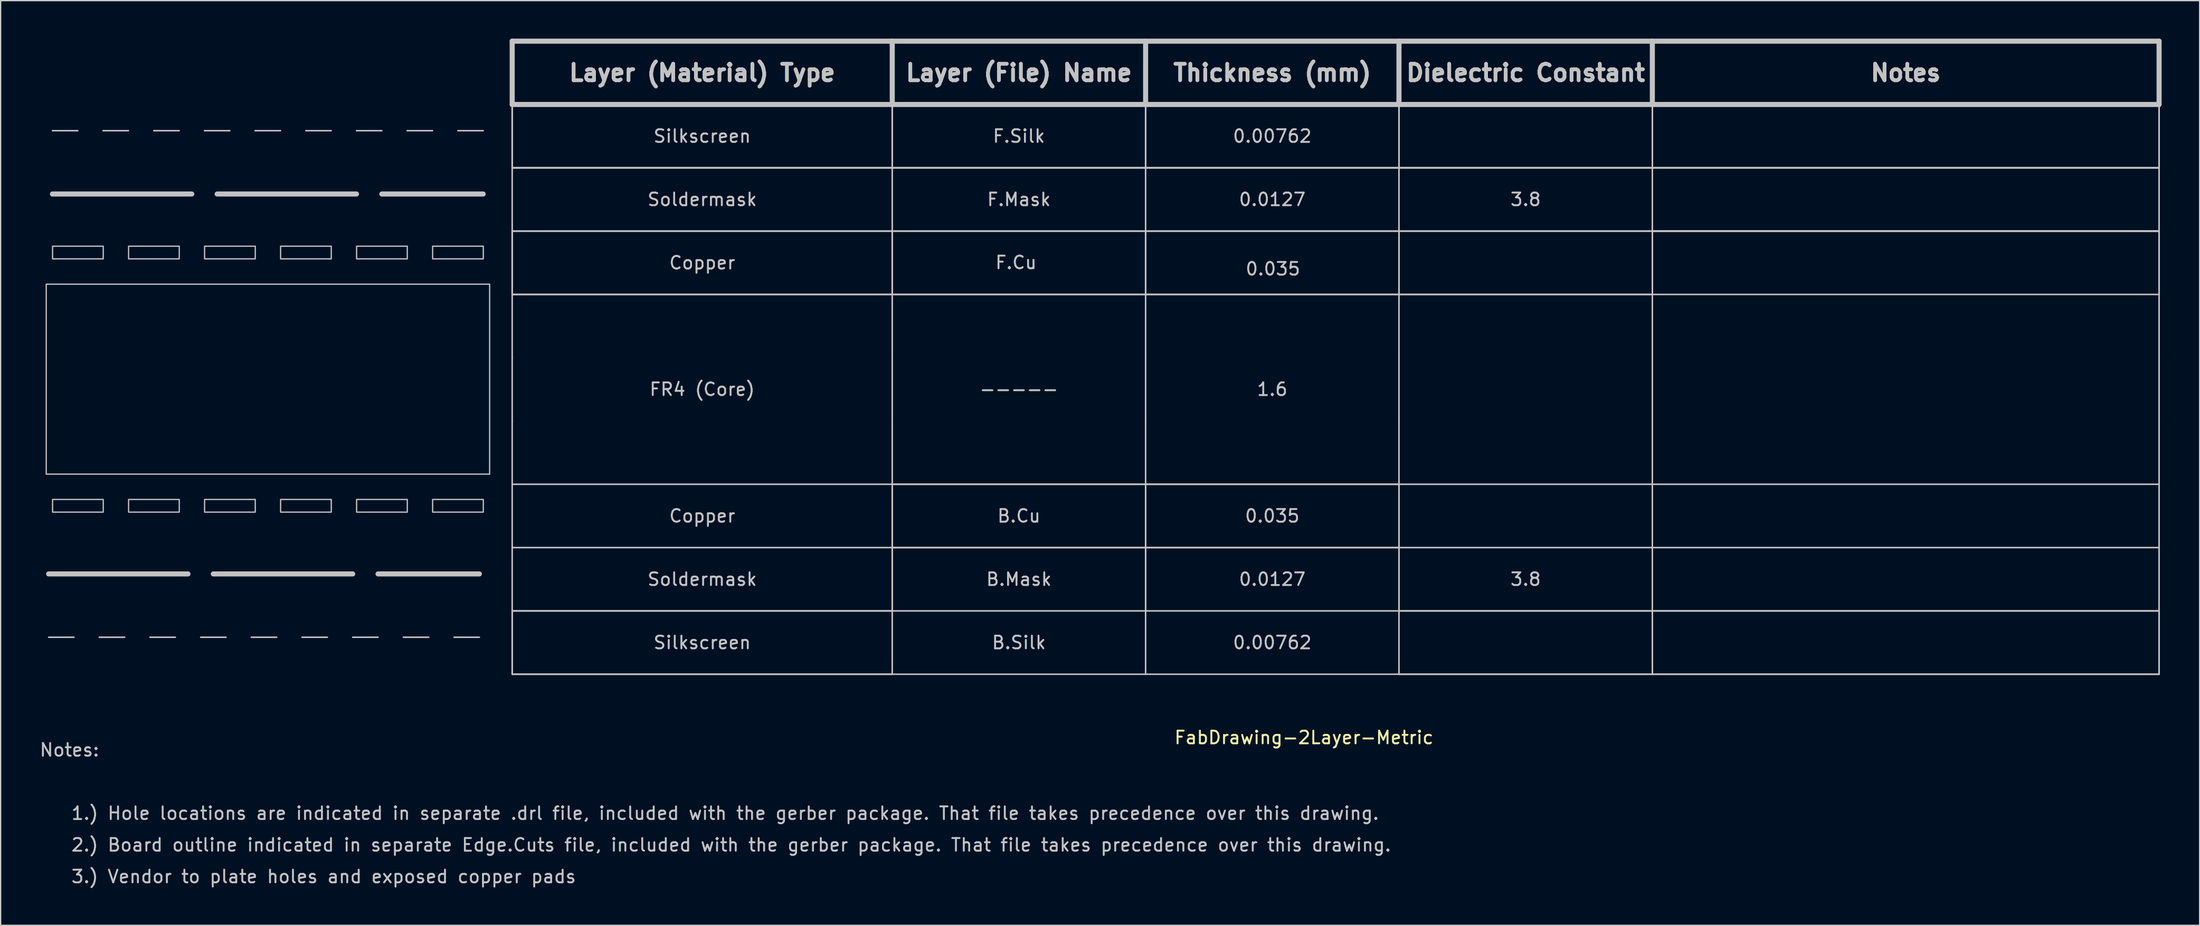
<source format=kicad_pcb>
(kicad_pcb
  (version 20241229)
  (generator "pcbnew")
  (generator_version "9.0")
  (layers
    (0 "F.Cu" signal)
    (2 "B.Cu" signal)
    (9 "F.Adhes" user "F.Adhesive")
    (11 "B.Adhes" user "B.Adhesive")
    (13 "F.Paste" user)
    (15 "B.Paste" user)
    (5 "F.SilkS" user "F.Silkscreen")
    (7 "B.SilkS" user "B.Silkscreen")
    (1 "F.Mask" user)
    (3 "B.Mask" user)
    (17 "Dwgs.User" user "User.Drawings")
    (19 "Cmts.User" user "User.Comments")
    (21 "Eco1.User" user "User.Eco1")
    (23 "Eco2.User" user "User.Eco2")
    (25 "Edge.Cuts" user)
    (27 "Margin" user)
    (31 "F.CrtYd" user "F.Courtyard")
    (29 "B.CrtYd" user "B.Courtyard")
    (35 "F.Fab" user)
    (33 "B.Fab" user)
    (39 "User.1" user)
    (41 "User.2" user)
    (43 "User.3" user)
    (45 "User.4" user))
  (footprint "FabDrawing-2Layer-Metric"
    (layer "F.Cu")
    (at 37.38 5.2)
    (property "Reference" "FabDrawing-2Layer-Metric" (at 62.5 49.99 0) (layer "F.SilkS") (effects (font (size 1 1) (thickness 0.15))))
    (attr through_hole)
    (fp_line (start -36.59 37.07) (end -25.59 37.07) (stroke (width 0.4) (type solid)) (layer "Dwgs.User"))
    (fp_line (start -36.29 7.07) (end -25.29 7.07) (stroke (width 0.4) (type solid)) (layer "Dwgs.User"))
    (fp_line (start -34.59 42.07) (end -36.59 42.07) (stroke (width 0.12) (type solid)) (layer "Dwgs.User"))
    (fp_line (start -34.29 2.07) (end -36.29 2.07) (stroke (width 0.12) (type solid)) (layer "Dwgs.User"))
    (fp_line (start -30.59 42.07) (end -32.59 42.07) (stroke (width 0.12) (type solid)) (layer "Dwgs.User"))
    (fp_line (start -30.29 2.07) (end -32.29 2.07) (stroke (width 0.12) (type solid)) (layer "Dwgs.User"))
    (fp_line (start -26.59 42.07) (end -28.59 42.07) (stroke (width 0.12) (type solid)) (layer "Dwgs.User"))
    (fp_line (start -26.29 2.07) (end -28.29 2.07) (stroke (width 0.12) (type solid)) (layer "Dwgs.User"))
    (fp_line (start -23.59 37.07) (end -12.59 37.07) (stroke (width 0.4) (type solid)) (layer "Dwgs.User"))
    (fp_line (start -23.29 7.07) (end -12.29 7.07) (stroke (width 0.4) (type solid)) (layer "Dwgs.User"))
    (fp_line (start -22.59 42.07) (end -24.59 42.07) (stroke (width 0.12) (type solid)) (layer "Dwgs.User"))
    (fp_line (start -22.29 2.07) (end -24.29 2.07) (stroke (width 0.12) (type solid)) (layer "Dwgs.User"))
    (fp_line (start -18.59 42.07) (end -20.59 42.07) (stroke (width 0.12) (type solid)) (layer "Dwgs.User"))
    (fp_line (start -18.29 2.07) (end -20.29 2.07) (stroke (width 0.12) (type solid)) (layer "Dwgs.User"))
    (fp_line (start -14.59 42.07) (end -16.59 42.07) (stroke (width 0.12) (type solid)) (layer "Dwgs.User"))
    (fp_line (start -14.29 2.07) (end -16.29 2.07) (stroke (width 0.12) (type solid)) (layer "Dwgs.User"))
    (fp_line (start -10.59 37.07) (end -2.59 37.07) (stroke (width 0.4) (type solid)) (layer "Dwgs.User"))
    (fp_line (start -10.59 42.07) (end -12.59 42.07) (stroke (width 0.12) (type solid)) (layer "Dwgs.User"))
    (fp_line (start -10.29 2.07) (end -12.29 2.07) (stroke (width 0.12) (type solid)) (layer "Dwgs.User"))
    (fp_line (start -10.29 7.07) (end -2.29 7.07) (stroke (width 0.4) (type solid)) (layer "Dwgs.User"))
    (fp_line (start -6.59 42.07) (end -8.59 42.07) (stroke (width 0.12) (type solid)) (layer "Dwgs.User"))
    (fp_line (start -6.29 2.07) (end -8.29 2.07) (stroke (width 0.12) (type solid)) (layer "Dwgs.User"))
    (fp_line (start -2.59 42.07) (end -4.59 42.07) (stroke (width 0.12) (type solid)) (layer "Dwgs.User"))
    (fp_line (start -2.29 2.07) (end -4.29 2.07) (stroke (width 0.12) (type solid)) (layer "Dwgs.User"))
    (fp_line (start 0 -5) (end 30 -5) (stroke (width 0.4) (type solid)) (layer "Dwgs.User"))
    (fp_line (start 0 0) (end 0 -5) (stroke (width 0.4) (type solid)) (layer "Dwgs.User"))
    (fp_line (start 0 0) (end 0 5) (stroke (width 0.12) (type solid)) (layer "Dwgs.User"))
    (fp_line (start 0 0) (end 0 5) (stroke (width 0.12) (type solid)) (layer "Dwgs.User"))
    (fp_line (start 0 0) (end 0 5) (stroke (width 0.12) (type solid)) (layer "Dwgs.User"))
    (fp_line (start 0 0) (end 30 0) (stroke (width 0.12) (type solid)) (layer "Dwgs.User"))
    (fp_line (start 0 0) (end 30 0) (stroke (width 0.12) (type solid)) (layer "Dwgs.User"))
    (fp_line (start 0 0) (end 30 0) (stroke (width 0.12) (type solid)) (layer "Dwgs.User"))
    (fp_line (start 0 5) (end 0 10) (stroke (width 0.12) (type solid)) (layer "Dwgs.User"))
    (fp_line (start 0 5) (end 30 5) (stroke (width 0.12) (type solid)) (layer "Dwgs.User"))
    (fp_line (start 0 5) (end 30 5) (stroke (width 0.12) (type solid)) (layer "Dwgs.User"))
    (fp_line (start 0 5) (end 30 5) (stroke (width 0.12) (type solid)) (layer "Dwgs.User"))
    (fp_line (start 0 10) (end 0 15) (stroke (width 0.12) (type solid)) (layer "Dwgs.User"))
    (fp_line (start 0 10) (end 0 15) (stroke (width 0.12) (type solid)) (layer "Dwgs.User"))
    (fp_line (start 0 10) (end 0 15) (stroke (width 0.12) (type solid)) (layer "Dwgs.User"))
    (fp_line (start 0 10) (end 30 10) (stroke (width 0.12) (type solid)) (layer "Dwgs.User"))
    (fp_line (start 0 10) (end 30 10) (stroke (width 0.12) (type solid)) (layer "Dwgs.User"))
    (fp_line (start 0 14.99) (end 0 19.99) (stroke (width 0.12) (type solid)) (layer "Dwgs.User"))
    (fp_line (start 0 15) (end 30 15) (stroke (width 0.12) (type solid)) (layer "Dwgs.User"))
    (fp_line (start 0 15) (end 30 15) (stroke (width 0.12) (type solid)) (layer "Dwgs.User"))
    (fp_line (start 0 19.99) (end 0 24.99) (stroke (width 0.12) (type solid)) (layer "Dwgs.User"))
    (fp_line (start 0 24.99) (end 0 29.99) (stroke (width 0.12) (type solid)) (layer "Dwgs.User"))
    (fp_line (start 0 29.99) (end 0 34.99) (stroke (width 0.12) (type solid)) (layer "Dwgs.User"))
    (fp_line (start 0 29.99) (end 30 29.99) (stroke (width 0.12) (type solid)) (layer "Dwgs.User"))
    (fp_line (start 0 34.99) (end 0 39.99) (stroke (width 0.12) (type solid)) (layer "Dwgs.User"))
    (fp_line (start 0 34.99) (end 30 34.99) (stroke (width 0.12) (type solid)) (layer "Dwgs.User"))
    (fp_line (start 0 39.99) (end 0 44.99) (stroke (width 0.12) (type solid)) (layer "Dwgs.User"))
    (fp_line (start 0 39.99) (end 0 44.99) (stroke (width 0.12) (type solid)) (layer "Dwgs.User"))
    (fp_line (start 0 39.99) (end 30 39.99) (stroke (width 0.12) (type solid)) (layer "Dwgs.User"))
    (fp_line (start 0 39.99) (end 30 39.99) (stroke (width 0.12) (type solid)) (layer "Dwgs.User"))
    (fp_line (start 0 44.99) (end 30 44.99) (stroke (width 0.12) (type solid)) (layer "Dwgs.User"))
    (fp_line (start 0 44.99) (end 30 44.99) (stroke (width 0.12) (type solid)) (layer "Dwgs.User"))
    (fp_line (start 30 -5) (end 30 0) (stroke (width 0.4) (type solid)) (layer "Dwgs.User"))
    (fp_line (start 30 0) (end 0 0) (stroke (width 0.4) (type solid)) (layer "Dwgs.User"))
    (fp_line (start 30 0) (end 30 5) (stroke (width 0.12) (type solid)) (layer "Dwgs.User"))
    (fp_line (start 30 0) (end 30 5) (stroke (width 0.12) (type solid)) (layer "Dwgs.User"))
    (fp_line (start 30 0) (end 30 5) (stroke (width 0.12) (type solid)) (layer "Dwgs.User"))
    (fp_line (start 30 0) (end 50 0) (stroke (width 0.12) (type solid)) (layer "Dwgs.User"))
    (fp_line (start 30 0) (end 50 0) (stroke (width 0.12) (type solid)) (layer "Dwgs.User"))
    (fp_line (start 30 0) (end 50 0) (stroke (width 0.12) (type solid)) (layer "Dwgs.User"))
    (fp_line (start 30 0) (end 50 0) (stroke (width 0.4) (type solid)) (layer "Dwgs.User"))
    (fp_line (start 30 5) (end 30 10) (stroke (width 0.12) (type solid)) (layer "Dwgs.User"))
    (fp_line (start 30 10) (end 30 15) (stroke (width 0.12) (type solid)) (layer "Dwgs.User"))
    (fp_line (start 30 10) (end 30 15) (stroke (width 0.12) (type solid)) (layer "Dwgs.User"))
    (fp_line (start 30 10) (end 30 15) (stroke (width 0.12) (type solid)) (layer "Dwgs.User"))
    (fp_line (start 30 10) (end 50 10) (stroke (width 0.12) (type solid)) (layer "Dwgs.User"))
    (fp_line (start 30 10) (end 50 10) (stroke (width 0.12) (type solid)) (layer "Dwgs.User"))
    (fp_line (start 30 15) (end 50 15) (stroke (width 0.12) (type solid)) (layer "Dwgs.User"))
    (fp_line (start 30 19.99) (end 30 14.99) (stroke (width 0.12) (type solid)) (layer "Dwgs.User"))
    (fp_line (start 30 24.99) (end 30 19.99) (stroke (width 0.12) (type solid)) (layer "Dwgs.User"))
    (fp_line (start 30 29.99) (end 30 24.99) (stroke (width 0.12) (type solid)) (layer "Dwgs.User"))
    (fp_line (start 30 29.99) (end 30 34.99) (stroke (width 0.12) (type solid)) (layer "Dwgs.User"))
    (fp_line (start 30 29.99) (end 50 29.99) (stroke (width 0.12) (type solid)) (layer "Dwgs.User"))
    (fp_line (start 30 29.99) (end 50 29.99) (stroke (width 0.12) (type solid)) (layer "Dwgs.User"))
    (fp_line (start 30 34.99) (end 30 29.99) (stroke (width 0.12) (type solid)) (layer "Dwgs.User"))
    (fp_line (start 30 34.99) (end 50 34.99) (stroke (width 0.12) (type solid)) (layer "Dwgs.User"))
    (fp_line (start 30 39.99) (end 30 34.99) (stroke (width 0.12) (type solid)) (layer "Dwgs.User"))
    (fp_line (start 30 39.99) (end 30 34.99) (stroke (width 0.12) (type solid)) (layer "Dwgs.User"))
    (fp_line (start 30 39.99) (end 50 39.99) (stroke (width 0.12) (type solid)) (layer "Dwgs.User"))
    (fp_line (start 30 44.99) (end 30 39.99) (stroke (width 0.12) (type solid)) (layer "Dwgs.User"))
    (fp_line (start 30 44.99) (end 50 44.99) (stroke (width 0.12) (type solid)) (layer "Dwgs.User"))
    (fp_line (start 50 -5) (end 30 -5) (stroke (width 0.4) (type solid)) (layer "Dwgs.User"))
    (fp_line (start 50 -5) (end 70 -5) (stroke (width 0.4) (type solid)) (layer "Dwgs.User"))
    (fp_line (start 50 0) (end 50 -5) (stroke (width 0.4) (type solid)) (layer "Dwgs.User"))
    (fp_line (start 50 0) (end 50 5) (stroke (width 0.12) (type solid)) (layer "Dwgs.User"))
    (fp_line (start 50 0) (end 50 5) (stroke (width 0.12) (type solid)) (layer "Dwgs.User"))
    (fp_line (start 50 0) (end 50 5) (stroke (width 0.12) (type solid)) (layer "Dwgs.User"))
    (fp_line (start 50 5) (end 30 5) (stroke (width 0.12) (type solid)) (layer "Dwgs.User"))
    (fp_line (start 50 5) (end 30 5) (stroke (width 0.12) (type solid)) (layer "Dwgs.User"))
    (fp_line (start 50 5) (end 30 5) (stroke (width 0.12) (type solid)) (layer "Dwgs.User"))
    (fp_line (start 50 5) (end 50 10) (stroke (width 0.12) (type solid)) (layer "Dwgs.User"))
    (fp_line (start 50 5) (end 70 5) (stroke (width 0.12) (type solid)) (layer "Dwgs.User"))
    (fp_line (start 50 5) (end 70 5) (stroke (width 0.12) (type solid)) (layer "Dwgs.User"))
    (fp_line (start 50 5) (end 70 5) (stroke (width 0.12) (type solid)) (layer "Dwgs.User"))
    (fp_line (start 50 10) (end 50 15) (stroke (width 0.12) (type solid)) (layer "Dwgs.User"))
    (fp_line (start 50 10) (end 50 15) (stroke (width 0.12) (type solid)) (layer "Dwgs.User"))
    (fp_line (start 50 10) (end 70 10) (stroke (width 0.12) (type solid)) (layer "Dwgs.User"))
    (fp_line (start 50 15) (end 30 15) (stroke (width 0.12) (type solid)) (layer "Dwgs.User"))
    (fp_line (start 50 15) (end 50 10) (stroke (width 0.12) (type solid)) (layer "Dwgs.User"))
    (fp_line (start 50 15) (end 70 15) (stroke (width 0.12) (type solid)) (layer "Dwgs.User"))
    (fp_line (start 50 15) (end 70 15) (stroke (width 0.12) (type solid)) (layer "Dwgs.User"))
    (fp_line (start 50 19.99) (end 50 14.99) (stroke (width 0.12) (type solid)) (layer "Dwgs.User"))
    (fp_line (start 50 24.99) (end 50 19.99) (stroke (width 0.12) (type solid)) (layer "Dwgs.User"))
    (fp_line (start 50 24.99) (end 50 29.99) (stroke (width 0.12) (type solid)) (layer "Dwgs.User"))
    (fp_line (start 50 29.99) (end 50 34.99) (stroke (width 0.12) (type solid)) (layer "Dwgs.User"))
    (fp_line (start 50 29.99) (end 70 29.99) (stroke (width 0.12) (type solid)) (layer "Dwgs.User"))
    (fp_line (start 50 29.99) (end 70 29.99) (stroke (width 0.12) (type solid)) (layer "Dwgs.User"))
    (fp_line (start 50 34.99) (end 30 34.99) (stroke (width 0.12) (type solid)) (layer "Dwgs.User"))
    (fp_line (start 50 34.99) (end 50 29.99) (stroke (width 0.12) (type solid)) (layer "Dwgs.User"))
    (fp_line (start 50 34.99) (end 50 39.99) (stroke (width 0.12) (type solid)) (layer "Dwgs.User"))
    (fp_line (start 50 34.99) (end 70 34.99) (stroke (width 0.12) (type solid)) (layer "Dwgs.User"))
    (fp_line (start 50 39.99) (end 50 34.99) (stroke (width 0.12) (type solid)) (layer "Dwgs.User"))
    (fp_line (start 50 39.99) (end 70 39.99) (stroke (width 0.12) (type solid)) (layer "Dwgs.User"))
    (fp_line (start 50 44.99) (end 50 39.99) (stroke (width 0.12) (type solid)) (layer "Dwgs.User"))
    (fp_line (start 50 44.99) (end 70 44.99) (stroke (width 0.12) (type solid)) (layer "Dwgs.User"))
    (fp_line (start 70 -5) (end 70 0) (stroke (width 0.4) (type solid)) (layer "Dwgs.User"))
    (fp_line (start 70 0) (end 50 0) (stroke (width 0.12) (type solid)) (layer "Dwgs.User"))
    (fp_line (start 70 0) (end 50 0) (stroke (width 0.12) (type solid)) (layer "Dwgs.User"))
    (fp_line (start 70 0) (end 50 0) (stroke (width 0.12) (type solid)) (layer "Dwgs.User"))
    (fp_line (start 70 0) (end 50 0) (stroke (width 0.4) (type solid)) (layer "Dwgs.User"))
    (fp_line (start 70 0) (end 70 5) (stroke (width 0.12) (type solid)) (layer "Dwgs.User"))
    (fp_line (start 70 0) (end 70 5) (stroke (width 0.12) (type solid)) (layer "Dwgs.User"))
    (fp_line (start 70 0) (end 70 5) (stroke (width 0.12) (type solid)) (layer "Dwgs.User"))
    (fp_line (start 70 0) (end 90 0) (stroke (width 0.12) (type solid)) (layer "Dwgs.User"))
    (fp_line (start 70 0) (end 90 0) (stroke (width 0.12) (type solid)) (layer "Dwgs.User"))
    (fp_line (start 70 0) (end 90 0) (stroke (width 0.12) (type solid)) (layer "Dwgs.User"))
    (fp_line (start 70 0) (end 90 0) (stroke (width 0.4) (type solid)) (layer "Dwgs.User"))
    (fp_line (start 70 5) (end 70 10) (stroke (width 0.12) (type solid)) (layer "Dwgs.User"))
    (fp_line (start 70 5) (end 90 5) (stroke (width 0.12) (type solid)) (layer "Dwgs.User"))
    (fp_line (start 70 5) (end 90 5) (stroke (width 0.12) (type solid)) (layer "Dwgs.User"))
    (fp_line (start 70 5) (end 90 5) (stroke (width 0.12) (type solid)) (layer "Dwgs.User"))
    (fp_line (start 70 10) (end 50 10) (stroke (width 0.12) (type solid)) (layer "Dwgs.User"))
    (fp_line (start 70 10) (end 70 15) (stroke (width 0.12) (type solid)) (layer "Dwgs.User"))
    (fp_line (start 70 10) (end 70 15) (stroke (width 0.12) (type solid)) (layer "Dwgs.User"))
    (fp_line (start 70 10) (end 90 10) (stroke (width 0.12) (type solid)) (layer "Dwgs.User"))
    (fp_line (start 70 10) (end 90 10) (stroke (width 0.12) (type solid)) (layer "Dwgs.User"))
    (fp_line (start 70 15) (end 70 10) (stroke (width 0.12) (type solid)) (layer "Dwgs.User"))
    (fp_line (start 70 15) (end 90 15) (stroke (width 0.12) (type solid)) (layer "Dwgs.User"))
    (fp_line (start 70 15) (end 90 15) (stroke (width 0.12) (type solid)) (layer "Dwgs.User"))
    (fp_line (start 70 19.99) (end 70 14.99) (stroke (width 0.12) (type solid)) (layer "Dwgs.User"))
    (fp_line (start 70 24.99) (end 70 19.99) (stroke (width 0.12) (type solid)) (layer "Dwgs.User"))
    (fp_line (start 70 29.99) (end 70 24.99) (stroke (width 0.12) (type solid)) (layer "Dwgs.User"))
    (fp_line (start 70 29.99) (end 70 34.99) (stroke (width 0.12) (type solid)) (layer "Dwgs.User"))
    (fp_line (start 70 29.99) (end 90 29.99) (stroke (width 0.12) (type solid)) (layer "Dwgs.User"))
    (fp_line (start 70 34.99) (end 50 34.99) (stroke (width 0.12) (type solid)) (layer "Dwgs.User"))
    (fp_line (start 70 34.99) (end 70 29.99) (stroke (width 0.12) (type solid)) (layer "Dwgs.User"))
    (fp_line (start 70 34.99) (end 90 34.99) (stroke (width 0.12) (type solid)) (layer "Dwgs.User"))
    (fp_line (start 70 39.99) (end 70 34.99) (stroke (width 0.12) (type solid)) (layer "Dwgs.User"))
    (fp_line (start 70 39.99) (end 70 34.99) (stroke (width 0.12) (type solid)) (layer "Dwgs.User"))
    (fp_line (start 70 39.99) (end 90 39.99) (stroke (width 0.12) (type solid)) (layer "Dwgs.User"))
    (fp_line (start 70 39.99) (end 90 39.99) (stroke (width 0.12) (type solid)) (layer "Dwgs.User"))
    (fp_line (start 70 44.99) (end 70 39.99) (stroke (width 0.12) (type solid)) (layer "Dwgs.User"))
    (fp_line (start 70 44.99) (end 90 44.99) (stroke (width 0.12) (type solid)) (layer "Dwgs.User"))
    (fp_line (start 90 -5) (end 70 -5) (stroke (width 0.4) (type solid)) (layer "Dwgs.User"))
    (fp_line (start 90 0) (end 90 -5) (stroke (width 0.4) (type solid)) (layer "Dwgs.User"))
    (fp_line (start 90 0) (end 90 5) (stroke (width 0.12) (type solid)) (layer "Dwgs.User"))
    (fp_line (start 90 0) (end 90 5) (stroke (width 0.12) (type solid)) (layer "Dwgs.User"))
    (fp_line (start 90 0) (end 90 5) (stroke (width 0.12) (type solid)) (layer "Dwgs.User"))
    (fp_line (start 90 0) (end 130 0) (stroke (width 0.12) (type solid)) (layer "Dwgs.User"))
    (fp_line (start 90 0) (end 130 0) (stroke (width 0.12) (type solid)) (layer "Dwgs.User"))
    (fp_line (start 90 0) (end 130 0) (stroke (width 0.12) (type solid)) (layer "Dwgs.User"))
    (fp_line (start 90 0) (end 130 0) (stroke (width 0.4) (type solid)) (layer "Dwgs.User"))
    (fp_line (start 90 5) (end 90 10) (stroke (width 0.12) (type solid)) (layer "Dwgs.User"))
    (fp_line (start 90 5) (end 130 5) (stroke (width 0.12) (type solid)) (layer "Dwgs.User"))
    (fp_line (start 90 5) (end 130 5) (stroke (width 0.12) (type solid)) (layer "Dwgs.User"))
    (fp_line (start 90 5) (end 130 5) (stroke (width 0.12) (type solid)) (layer "Dwgs.User"))
    (fp_line (start 90 10) (end 90 15) (stroke (width 0.12) (type solid)) (layer "Dwgs.User"))
    (fp_line (start 90 10) (end 90 15) (stroke (width 0.12) (type solid)) (layer "Dwgs.User"))
    (fp_line (start 90 10) (end 130 10) (stroke (width 0.12) (type solid)) (layer "Dwgs.User"))
    (fp_line (start 90 10) (end 130 10) (stroke (width 0.12) (type solid)) (layer "Dwgs.User"))
    (fp_line (start 90 10) (end 130 10) (stroke (width 0.12) (type solid)) (layer "Dwgs.User"))
    (fp_line (start 90 10) (end 130 10) (stroke (width 0.12) (type solid)) (layer "Dwgs.User"))
    (fp_line (start 90 15) (end 90 10) (stroke (width 0.12) (type solid)) (layer "Dwgs.User"))
    (fp_line (start 90 15) (end 130 15) (stroke (width 0.12) (type solid)) (layer "Dwgs.User"))
    (fp_line (start 90 19.99) (end 90 14.99) (stroke (width 0.12) (type solid)) (layer "Dwgs.User"))
    (fp_line (start 90 24.99) (end 90 19.99) (stroke (width 0.12) (type solid)) (layer "Dwgs.User"))
    (fp_line (start 90 29.99) (end 90 24.99) (stroke (width 0.12) (type solid)) (layer "Dwgs.User"))
    (fp_line (start 90 29.99) (end 90 34.99) (stroke (width 0.12) (type solid)) (layer "Dwgs.User"))
    (fp_line (start 90 29.99) (end 130 29.99) (stroke (width 0.12) (type solid)) (layer "Dwgs.User"))
    (fp_line (start 90 34.99) (end 130 34.99) (stroke (width 0.12) (type solid)) (layer "Dwgs.User"))
    (fp_line (start 90 39.99) (end 90 34.99) (stroke (width 0.12) (type solid)) (layer "Dwgs.User"))
    (fp_line (start 90 39.99) (end 90 44.99) (stroke (width 0.12) (type solid)) (layer "Dwgs.User"))
    (fp_line (start 90 39.99) (end 130 39.99) (stroke (width 0.12) (type solid)) (layer "Dwgs.User"))
    (fp_line (start 90 39.99) (end 130 39.99) (stroke (width 0.12) (type solid)) (layer "Dwgs.User"))
    (fp_line (start 90 44.99) (end 70 44.99) (stroke (width 0.12) (type solid)) (layer "Dwgs.User"))
    (fp_line (start 90 44.99) (end 90 39.99) (stroke (width 0.12) (type solid)) (layer "Dwgs.User"))
    (fp_line (start 90 44.99) (end 130 44.99) (stroke (width 0.12) (type solid)) (layer "Dwgs.User"))
    (fp_line (start 90 44.99) (end 130 44.99) (stroke (width 0.12) (type solid)) (layer "Dwgs.User"))
    (fp_line (start 130 -5) (end 90 -5) (stroke (width 0.4) (type solid)) (layer "Dwgs.User"))
    (fp_line (start 130 0) (end 130 -5) (stroke (width 0.4) (type solid)) (layer "Dwgs.User"))
    (fp_line (start 130 0) (end 130 5) (stroke (width 0.12) (type solid)) (layer "Dwgs.User"))
    (fp_line (start 130 0) (end 130 5) (stroke (width 0.12) (type solid)) (layer "Dwgs.User"))
    (fp_line (start 130 0) (end 130 5) (stroke (width 0.12) (type solid)) (layer "Dwgs.User"))
    (fp_line (start 130 5) (end 130 10) (stroke (width 0.12) (type solid)) (layer "Dwgs.User"))
    (fp_line (start 130 10) (end 130 15) (stroke (width 0.12) (type solid)) (layer "Dwgs.User"))
    (fp_line (start 130 10) (end 130 15) (stroke (width 0.12) (type solid)) (layer "Dwgs.User"))
    (fp_line (start 130 14.99) (end 130 19.99) (stroke (width 0.12) (type solid)) (layer "Dwgs.User"))
    (fp_line (start 130 19.99) (end 130 24.99) (stroke (width 0.12) (type solid)) (layer "Dwgs.User"))
    (fp_line (start 130 29.99) (end 130 24.99) (stroke (width 0.12) (type solid)) (layer "Dwgs.User"))
    (fp_line (start 130 34.99) (end 130 29.99) (stroke (width 0.12) (type solid)) (layer "Dwgs.User"))
    (fp_line (start 130 39.99) (end 130 34.99) (stroke (width 0.12) (type solid)) (layer "Dwgs.User"))
    (fp_line (start 130 39.99) (end 130 44.99) (stroke (width 0.12) (type solid)) (layer "Dwgs.User"))
    (fp_line (start 130 44.99) (end 130 39.99) (stroke (width 0.12) (type solid)) (layer "Dwgs.User"))
    (fp_poly (pts (xy -32.28 12.19) (xy -36.28 12.19) (xy -36.28 11.19) (xy -32.28 11.19)) (stroke (width 0.1) (type solid)) (fill no) (layer "Dwgs.User"))
    (fp_poly (pts (xy -32.28 32.19) (xy -36.28 32.19) (xy -36.28 31.19) (xy -32.28 31.19)) (stroke (width 0.1) (type solid)) (fill no) (layer "Dwgs.User"))
    (fp_poly (pts (xy -26.28 12.19) (xy -30.28 12.19) (xy -30.28 11.19) (xy -26.28 11.19)) (stroke (width 0.1) (type solid)) (fill no) (layer "Dwgs.User"))
    (fp_poly (pts (xy -26.28 32.19) (xy -30.28 32.19) (xy -30.28 31.19) (xy -26.28 31.19)) (stroke (width 0.1) (type solid)) (fill no) (layer "Dwgs.User"))
    (fp_poly (pts (xy -20.28 12.19) (xy -24.28 12.19) (xy -24.28 11.19) (xy -20.28 11.19)) (stroke (width 0.1) (type solid)) (fill no) (layer "Dwgs.User"))
    (fp_poly (pts (xy -20.28 32.19) (xy -24.28 32.19) (xy -24.28 31.19) (xy -20.28 31.19)) (stroke (width 0.1) (type solid)) (fill no) (layer "Dwgs.User"))
    (fp_poly (pts (xy -14.28 12.19) (xy -18.28 12.19) (xy -18.28 11.19) (xy -14.28 11.19)) (stroke (width 0.1) (type solid)) (fill no) (layer "Dwgs.User"))
    (fp_poly (pts (xy -14.28 32.19) (xy -18.28 32.19) (xy -18.28 31.19) (xy -14.28 31.19)) (stroke (width 0.1) (type solid)) (fill no) (layer "Dwgs.User"))
    (fp_poly (pts (xy -8.28 12.19) (xy -12.28 12.19) (xy -12.28 11.19) (xy -8.28 11.19)) (stroke (width 0.1) (type solid)) (fill no) (layer "Dwgs.User"))
    (fp_poly (pts (xy -8.28 32.19) (xy -12.28 32.19) (xy -12.28 31.19) (xy -8.28 31.19)) (stroke (width 0.1) (type solid)) (fill no) (layer "Dwgs.User"))
    (fp_poly (pts (xy -2.28 12.19) (xy -6.28 12.19) (xy -6.28 11.19) (xy -2.28 11.19)) (stroke (width 0.1) (type solid)) (fill no) (layer "Dwgs.User"))
    (fp_poly (pts (xy -2.28 32.19) (xy -6.28 32.19) (xy -6.28 31.19) (xy -2.28 31.19)) (stroke (width 0.1) (type solid)) (fill no) (layer "Dwgs.User"))
    (fp_poly (pts (xy -1.78 29.19) (xy -36.78 29.19) (xy -36.78 14.19) (xy -1.78 14.19)) (stroke (width 0.1) (type solid)) (fill no) (layer "Dwgs.User"))
    (fp_text user "0.035" (at 60 32.49 0) (layer "Dwgs.User") (effects (font (size 1 1) (thickness 0.15))))
    (fp_text user "Dielectric Constant" (at 80 -2.5 0) (layer "Dwgs.User") (effects (font (size 1.3 1.3) (thickness 0.3))))
    (fp_text user "Copper" (at 15 32.49 0) (layer "Dwgs.User") (effects (font (size 1 1) (thickness 0.15))))
    (fp_text user "2.) Board outline indicated in separate Edge.Cuts file, included with the gerber package. That file takes precedence over this drawing." (at -34.88 58.47 0) (layer "Dwgs.User") (effects (font (size 1 1) (thickness 0.15)) (justify left)))
    (fp_text user "0.035" (at 60.05 12.98 0) (layer "Dwgs.User") (effects (font (size 1 1) (thickness 0.15))))
    (fp_text user "Copper" (at 15 12.5 0) (layer "Dwgs.User") (effects (font (size 1 1) (thickness 0.15))))
    (fp_text user "F.Silk" (at 40 2.5 0) (layer "Dwgs.User") (effects (font (size 1 1) (thickness 0.15))))
    (fp_text user "B.Silk" (at 40 42.49 0) (layer "Dwgs.User") (effects (font (size 1 1) (thickness 0.15))))
    (fp_text user "Silkscreen" (at 15 2.5 0) (layer "Dwgs.User") (effects (font (size 1 1) (thickness 0.15))))
    (fp_text user "FR4 (Core)" (at 15 22.49 0) (layer "Dwgs.User") (effects (font (size 1 1) (thickness 0.15))))
    (fp_text user "Notes" (at 110 -2.5 0) (layer "Dwgs.User") (effects (font (size 1.3 1.3) (thickness 0.3))))
    (fp_text user "Soldermask" (at 15 7.5 0) (layer "Dwgs.User") (effects (font (size 1 1) (thickness 0.15))))
    (fp_text user "Layer (Material) Type" (at 15 -2.5 0) (layer "Dwgs.User") (effects (font (size 1.3 1.3) (thickness 0.3))))
    (fp_text user "Notes:" (at -37.38 50.97 0) (layer "Dwgs.User") (effects (font (size 1 1) (thickness 0.15)) (justify left)))
    (fp_text user "F.Cu" (at 39.77 12.48 0) (layer "Dwgs.User") (effects (font (size 1 1) (thickness 0.15))))
    (fp_text user "Thickness (mm)" (at 60 -2.5 0) (layer "Dwgs.User") (effects (font (size 1.3 1.3) (thickness 0.3))))
    (fp_text user "0.00762" (at 60 2.5 0) (layer "Dwgs.User") (effects (font (size 1 1) (thickness 0.15))))
    (fp_text user "3.8" (at 80 7.5 0) (layer "Dwgs.User") (effects (font (size 1 1) (thickness 0.15))))
    (fp_text user "Layer (File) Name" (at 40 -2.5 0) (layer "Dwgs.User") (effects (font (size 1.3 1.3) (thickness 0.3))))
    (fp_text user "1.6" (at 60 22.49 0) (layer "Dwgs.User") (effects (font (size 1 1) (thickness 0.15))))
    (fp_text user "B.Cu" (at 40 32.49 0) (layer "Dwgs.User") (effects (font (size 1 1) (thickness 0.15))))
    (fp_text user "3.) Vendor to plate holes and exposed copper pads" (at -34.88 60.97 0) (layer "Dwgs.User") (effects (font (size 1 1) (thickness 0.15)) (justify left)))
    (fp_text user "3.8" (at 80 37.49 0) (layer "Dwgs.User") (effects (font (size 1 1) (thickness 0.15))))
    (fp_text user "Silkscreen" (at 15 42.49 0) (layer "Dwgs.User") (effects (font (size 1 1) (thickness 0.15))))
    (fp_text user "0.0127" (at 60 37.49 0) (layer "Dwgs.User") (effects (font (size 1 1) (thickness 0.15))))
    (fp_text user "0.00762" (at 60 42.49 0) (layer "Dwgs.User") (effects (font (size 1 1) (thickness 0.15))))
    (fp_text user "B.Mask" (at 40 37.49 0) (layer "Dwgs.User") (effects (font (size 1 1) (thickness 0.15))))
    (fp_text user "0.0127" (at 60 7.5 0) (layer "Dwgs.User") (effects (font (size 1 1) (thickness 0.15))))
    (fp_text user "F.Mask" (at 40 7.5 0) (layer "Dwgs.User") (effects (font (size 1 1) (thickness 0.15))))
    (fp_text user "1.) Hole locations are indicated in separate .drl file, included with the gerber package. That file takes precedence over this drawing." (at -34.88 55.97 0) (layer "Dwgs.User") (effects (font (size 1 1) (thickness 0.15)) (justify left)))
    (fp_text user "-----" (at 40 22.49 0) (layer "Dwgs.User") (effects (font (size 1 1) (thickness 0.15))))
    (fp_text user "Soldermask" (at 15 37.49 0) (layer "Dwgs.User") (effects (font (size 1 1) (thickness 0.15)))))
  (gr_rect
    (start -3 -3)
    (end 170.58 70.018)
    (stroke (width 0.1) (type default))
    (fill no)
    (layer "Edge.Cuts")))
</source>
